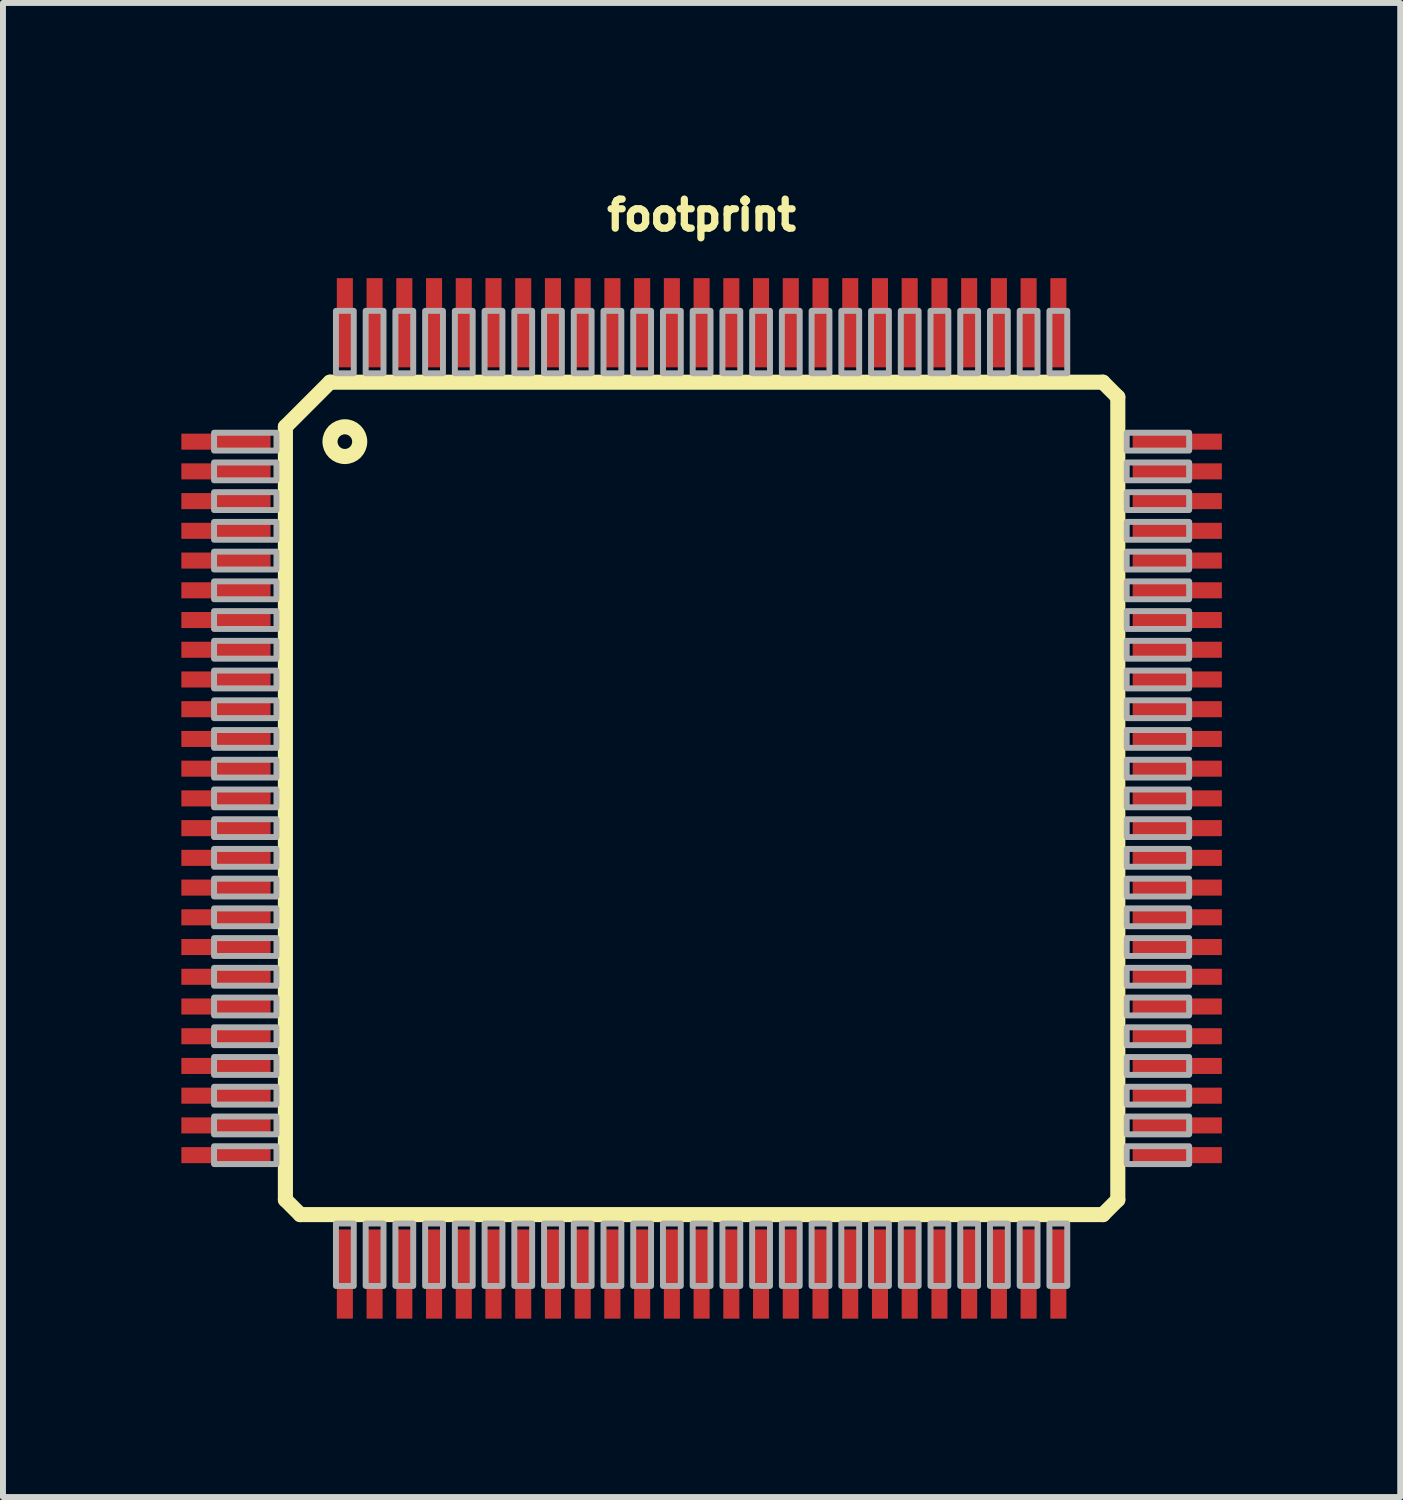
<source format=kicad_pcb>
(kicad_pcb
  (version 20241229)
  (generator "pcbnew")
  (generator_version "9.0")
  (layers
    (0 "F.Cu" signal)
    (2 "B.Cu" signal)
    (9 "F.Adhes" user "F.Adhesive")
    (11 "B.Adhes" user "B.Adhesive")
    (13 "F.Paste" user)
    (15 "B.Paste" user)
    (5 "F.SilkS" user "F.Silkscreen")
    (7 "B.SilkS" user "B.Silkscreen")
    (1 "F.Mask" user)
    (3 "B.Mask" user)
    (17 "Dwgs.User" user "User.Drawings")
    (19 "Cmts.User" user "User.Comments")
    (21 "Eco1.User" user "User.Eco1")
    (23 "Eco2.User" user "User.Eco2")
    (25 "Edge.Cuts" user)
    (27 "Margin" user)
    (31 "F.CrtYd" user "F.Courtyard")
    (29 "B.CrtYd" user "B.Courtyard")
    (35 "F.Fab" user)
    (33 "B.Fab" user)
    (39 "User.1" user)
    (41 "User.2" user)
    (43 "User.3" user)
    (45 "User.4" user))
  (footprint "footprint"
    (layer "F.Cu")
    (at 8.75 10.378)
    (property "Reference" "footprint" (at 0 -9.525 0) (layer "F.SilkS") (effects (font (size 0.488 0.488) (thickness 0.122)) (justify bottom)))
    (fp_line (start -7 -6.25) (end -6.25 -7) (stroke (width 0.254) (type solid)) (layer "F.SilkS"))
    (fp_line (start -7 6.75) (end -7 -6.25) (stroke (width 0.254) (type solid)) (layer "F.SilkS"))
    (fp_line (start -6.75 7) (end -7 6.75) (stroke (width 0.254) (type solid)) (layer "F.SilkS"))
    (fp_line (start -6.25 -7) (end 6.75 -7) (stroke (width 0.254) (type solid)) (layer "F.SilkS"))
    (fp_line (start 6.75 -7) (end 7 -6.75) (stroke (width 0.254) (type solid)) (layer "F.SilkS"))
    (fp_line (start 6.75 7) (end -6.75 7) (stroke (width 0.254) (type solid)) (layer "F.SilkS"))
    (fp_line (start 7 -6.75) (end 7 6.75) (stroke (width 0.254) (type solid)) (layer "F.SilkS"))
    (fp_line (start 7 6.75) (end 6.75 7) (stroke (width 0.254) (type solid)) (layer "F.SilkS"))
    (fp_circle (center -6 -6) (end -5.75 -6) (stroke (width 0.254) (type solid)) (fill no) (layer "F.SilkS"))
    (fp_poly (pts (xy -8.2 -5.85) (xy -7.15 -5.85) (xy -7.15 -6.15) (xy -8.2 -6.15)) (stroke (width 0.1) (type solid)) (fill no) (layer "F.Fab"))
    (fp_poly (pts (xy -8.2 -5.35) (xy -7.15 -5.35) (xy -7.15 -5.65) (xy -8.2 -5.65)) (stroke (width 0.1) (type solid)) (fill no) (layer "F.Fab"))
    (fp_poly (pts (xy -8.2 -4.85) (xy -7.15 -4.85) (xy -7.15 -5.15) (xy -8.2 -5.15)) (stroke (width 0.1) (type solid)) (fill no) (layer "F.Fab"))
    (fp_poly (pts (xy -8.2 -4.35) (xy -7.15 -4.35) (xy -7.15 -4.65) (xy -8.2 -4.65)) (stroke (width 0.1) (type solid)) (fill no) (layer "F.Fab"))
    (fp_poly (pts (xy -8.2 -3.85) (xy -7.15 -3.85) (xy -7.15 -4.15) (xy -8.2 -4.15)) (stroke (width 0.1) (type solid)) (fill no) (layer "F.Fab"))
    (fp_poly (pts (xy -8.2 -3.35) (xy -7.15 -3.35) (xy -7.15 -3.65) (xy -8.2 -3.65)) (stroke (width 0.1) (type solid)) (fill no) (layer "F.Fab"))
    (fp_poly (pts (xy -8.2 -2.85) (xy -7.15 -2.85) (xy -7.15 -3.15) (xy -8.2 -3.15)) (stroke (width 0.1) (type solid)) (fill no) (layer "F.Fab"))
    (fp_poly (pts (xy -8.2 -2.35) (xy -7.15 -2.35) (xy -7.15 -2.65) (xy -8.2 -2.65)) (stroke (width 0.1) (type solid)) (fill no) (layer "F.Fab"))
    (fp_poly (pts (xy -8.2 -1.85) (xy -7.15 -1.85) (xy -7.15 -2.15) (xy -8.2 -2.15)) (stroke (width 0.1) (type solid)) (fill no) (layer "F.Fab"))
    (fp_poly (pts (xy -8.2 -1.35) (xy -7.15 -1.35) (xy -7.15 -1.65) (xy -8.2 -1.65)) (stroke (width 0.1) (type solid)) (fill no) (layer "F.Fab"))
    (fp_poly (pts (xy -8.2 -0.85) (xy -7.15 -0.85) (xy -7.15 -1.15) (xy -8.2 -1.15)) (stroke (width 0.1) (type solid)) (fill no) (layer "F.Fab"))
    (fp_poly (pts (xy -8.2 -0.35) (xy -7.15 -0.35) (xy -7.15 -0.65) (xy -8.2 -0.65)) (stroke (width 0.1) (type solid)) (fill no) (layer "F.Fab"))
    (fp_poly (pts (xy -8.2 0.15) (xy -7.15 0.15) (xy -7.15 -0.15) (xy -8.2 -0.15)) (stroke (width 0.1) (type solid)) (fill no) (layer "F.Fab"))
    (fp_poly (pts (xy -8.2 0.65) (xy -7.15 0.65) (xy -7.15 0.35) (xy -8.2 0.35)) (stroke (width 0.1) (type solid)) (fill no) (layer "F.Fab"))
    (fp_poly (pts (xy -8.2 1.15) (xy -7.15 1.15) (xy -7.15 0.85) (xy -8.2 0.85)) (stroke (width 0.1) (type solid)) (fill no) (layer "F.Fab"))
    (fp_poly (pts (xy -8.2 1.65) (xy -7.15 1.65) (xy -7.15 1.35) (xy -8.2 1.35)) (stroke (width 0.1) (type solid)) (fill no) (layer "F.Fab"))
    (fp_poly (pts (xy -8.2 2.15) (xy -7.15 2.15) (xy -7.15 1.85) (xy -8.2 1.85)) (stroke (width 0.1) (type solid)) (fill no) (layer "F.Fab"))
    (fp_poly (pts (xy -8.2 2.65) (xy -7.15 2.65) (xy -7.15 2.35) (xy -8.2 2.35)) (stroke (width 0.1) (type solid)) (fill no) (layer "F.Fab"))
    (fp_poly (pts (xy -8.2 3.15) (xy -7.15 3.15) (xy -7.15 2.85) (xy -8.2 2.85)) (stroke (width 0.1) (type solid)) (fill no) (layer "F.Fab"))
    (fp_poly (pts (xy -8.2 3.65) (xy -7.15 3.65) (xy -7.15 3.35) (xy -8.2 3.35)) (stroke (width 0.1) (type solid)) (fill no) (layer "F.Fab"))
    (fp_poly (pts (xy -8.2 4.15) (xy -7.15 4.15) (xy -7.15 3.85) (xy -8.2 3.85)) (stroke (width 0.1) (type solid)) (fill no) (layer "F.Fab"))
    (fp_poly (pts (xy -8.2 4.65) (xy -7.15 4.65) (xy -7.15 4.35) (xy -8.2 4.35)) (stroke (width 0.1) (type solid)) (fill no) (layer "F.Fab"))
    (fp_poly (pts (xy -8.2 5.15) (xy -7.15 5.15) (xy -7.15 4.85) (xy -8.2 4.85)) (stroke (width 0.1) (type solid)) (fill no) (layer "F.Fab"))
    (fp_poly (pts (xy -8.2 5.65) (xy -7.15 5.65) (xy -7.15 5.35) (xy -8.2 5.35)) (stroke (width 0.1) (type solid)) (fill no) (layer "F.Fab"))
    (fp_poly (pts (xy -8.2 6.15) (xy -7.15 6.15) (xy -7.15 5.85) (xy -8.2 5.85)) (stroke (width 0.1) (type solid)) (fill no) (layer "F.Fab"))
    (fp_poly (pts (xy -6.15 -7.15) (xy -5.85 -7.15) (xy -5.85 -8.2) (xy -6.15 -8.2)) (stroke (width 0.1) (type solid)) (fill no) (layer "F.Fab"))
    (fp_poly (pts (xy -6.15 8.2) (xy -5.85 8.2) (xy -5.85 7.15) (xy -6.15 7.15)) (stroke (width 0.1) (type solid)) (fill no) (layer "F.Fab"))
    (fp_poly (pts (xy -5.65 -7.15) (xy -5.35 -7.15) (xy -5.35 -8.2) (xy -5.65 -8.2)) (stroke (width 0.1) (type solid)) (fill no) (layer "F.Fab"))
    (fp_poly (pts (xy -5.65 8.2) (xy -5.35 8.2) (xy -5.35 7.15) (xy -5.65 7.15)) (stroke (width 0.1) (type solid)) (fill no) (layer "F.Fab"))
    (fp_poly (pts (xy -5.15 -7.15) (xy -4.85 -7.15) (xy -4.85 -8.2) (xy -5.15 -8.2)) (stroke (width 0.1) (type solid)) (fill no) (layer "F.Fab"))
    (fp_poly (pts (xy -5.15 8.2) (xy -4.85 8.2) (xy -4.85 7.15) (xy -5.15 7.15)) (stroke (width 0.1) (type solid)) (fill no) (layer "F.Fab"))
    (fp_poly (pts (xy -4.65 -7.15) (xy -4.35 -7.15) (xy -4.35 -8.2) (xy -4.65 -8.2)) (stroke (width 0.1) (type solid)) (fill no) (layer "F.Fab"))
    (fp_poly (pts (xy -4.65 8.2) (xy -4.35 8.2) (xy -4.35 7.15) (xy -4.65 7.15)) (stroke (width 0.1) (type solid)) (fill no) (layer "F.Fab"))
    (fp_poly (pts (xy -4.15 -7.15) (xy -3.85 -7.15) (xy -3.85 -8.2) (xy -4.15 -8.2)) (stroke (width 0.1) (type solid)) (fill no) (layer "F.Fab"))
    (fp_poly (pts (xy -4.15 8.2) (xy -3.85 8.2) (xy -3.85 7.15) (xy -4.15 7.15)) (stroke (width 0.1) (type solid)) (fill no) (layer "F.Fab"))
    (fp_poly (pts (xy -3.65 -7.15) (xy -3.35 -7.15) (xy -3.35 -8.2) (xy -3.65 -8.2)) (stroke (width 0.1) (type solid)) (fill no) (layer "F.Fab"))
    (fp_poly (pts (xy -3.65 8.2) (xy -3.35 8.2) (xy -3.35 7.15) (xy -3.65 7.15)) (stroke (width 0.1) (type solid)) (fill no) (layer "F.Fab"))
    (fp_poly (pts (xy -3.15 -7.15) (xy -2.85 -7.15) (xy -2.85 -8.2) (xy -3.15 -8.2)) (stroke (width 0.1) (type solid)) (fill no) (layer "F.Fab"))
    (fp_poly (pts (xy -3.15 8.2) (xy -2.85 8.2) (xy -2.85 7.15) (xy -3.15 7.15)) (stroke (width 0.1) (type solid)) (fill no) (layer "F.Fab"))
    (fp_poly (pts (xy -2.65 -7.15) (xy -2.35 -7.15) (xy -2.35 -8.2) (xy -2.65 -8.2)) (stroke (width 0.1) (type solid)) (fill no) (layer "F.Fab"))
    (fp_poly (pts (xy -2.65 8.2) (xy -2.35 8.2) (xy -2.35 7.15) (xy -2.65 7.15)) (stroke (width 0.1) (type solid)) (fill no) (layer "F.Fab"))
    (fp_poly (pts (xy -2.15 -7.15) (xy -1.85 -7.15) (xy -1.85 -8.2) (xy -2.15 -8.2)) (stroke (width 0.1) (type solid)) (fill no) (layer "F.Fab"))
    (fp_poly (pts (xy -2.15 8.2) (xy -1.85 8.2) (xy -1.85 7.15) (xy -2.15 7.15)) (stroke (width 0.1) (type solid)) (fill no) (layer "F.Fab"))
    (fp_poly (pts (xy -1.65 -7.15) (xy -1.35 -7.15) (xy -1.35 -8.2) (xy -1.65 -8.2)) (stroke (width 0.1) (type solid)) (fill no) (layer "F.Fab"))
    (fp_poly (pts (xy -1.65 8.2) (xy -1.35 8.2) (xy -1.35 7.15) (xy -1.65 7.15)) (stroke (width 0.1) (type solid)) (fill no) (layer "F.Fab"))
    (fp_poly (pts (xy -1.15 -7.15) (xy -0.85 -7.15) (xy -0.85 -8.2) (xy -1.15 -8.2)) (stroke (width 0.1) (type solid)) (fill no) (layer "F.Fab"))
    (fp_poly (pts (xy -1.15 8.2) (xy -0.85 8.2) (xy -0.85 7.15) (xy -1.15 7.15)) (stroke (width 0.1) (type solid)) (fill no) (layer "F.Fab"))
    (fp_poly (pts (xy -0.65 -7.15) (xy -0.35 -7.15) (xy -0.35 -8.2) (xy -0.65 -8.2)) (stroke (width 0.1) (type solid)) (fill no) (layer "F.Fab"))
    (fp_poly (pts (xy -0.65 8.2) (xy -0.35 8.2) (xy -0.35 7.15) (xy -0.65 7.15)) (stroke (width 0.1) (type solid)) (fill no) (layer "F.Fab"))
    (fp_poly (pts (xy -0.15 -7.15) (xy 0.15 -7.15) (xy 0.15 -8.2) (xy -0.15 -8.2)) (stroke (width 0.1) (type solid)) (fill no) (layer "F.Fab"))
    (fp_poly (pts (xy -0.15 8.2) (xy 0.15 8.2) (xy 0.15 7.15) (xy -0.15 7.15)) (stroke (width 0.1) (type solid)) (fill no) (layer "F.Fab"))
    (fp_poly (pts (xy 0.35 -7.15) (xy 0.65 -7.15) (xy 0.65 -8.2) (xy 0.35 -8.2)) (stroke (width 0.1) (type solid)) (fill no) (layer "F.Fab"))
    (fp_poly (pts (xy 0.35 8.2) (xy 0.65 8.2) (xy 0.65 7.15) (xy 0.35 7.15)) (stroke (width 0.1) (type solid)) (fill no) (layer "F.Fab"))
    (fp_poly (pts (xy 0.85 -7.15) (xy 1.15 -7.15) (xy 1.15 -8.2) (xy 0.85 -8.2)) (stroke (width 0.1) (type solid)) (fill no) (layer "F.Fab"))
    (fp_poly (pts (xy 0.85 8.2) (xy 1.15 8.2) (xy 1.15 7.15) (xy 0.85 7.15)) (stroke (width 0.1) (type solid)) (fill no) (layer "F.Fab"))
    (fp_poly (pts (xy 1.35 -7.15) (xy 1.65 -7.15) (xy 1.65 -8.2) (xy 1.35 -8.2)) (stroke (width 0.1) (type solid)) (fill no) (layer "F.Fab"))
    (fp_poly (pts (xy 1.35 8.2) (xy 1.65 8.2) (xy 1.65 7.15) (xy 1.35 7.15)) (stroke (width 0.1) (type solid)) (fill no) (layer "F.Fab"))
    (fp_poly (pts (xy 1.85 -7.15) (xy 2.15 -7.15) (xy 2.15 -8.2) (xy 1.85 -8.2)) (stroke (width 0.1) (type solid)) (fill no) (layer "F.Fab"))
    (fp_poly (pts (xy 1.85 8.2) (xy 2.15 8.2) (xy 2.15 7.15) (xy 1.85 7.15)) (stroke (width 0.1) (type solid)) (fill no) (layer "F.Fab"))
    (fp_poly (pts (xy 2.35 -7.15) (xy 2.65 -7.15) (xy 2.65 -8.2) (xy 2.35 -8.2)) (stroke (width 0.1) (type solid)) (fill no) (layer "F.Fab"))
    (fp_poly (pts (xy 2.35 8.2) (xy 2.65 8.2) (xy 2.65 7.15) (xy 2.35 7.15)) (stroke (width 0.1) (type solid)) (fill no) (layer "F.Fab"))
    (fp_poly (pts (xy 2.85 -7.15) (xy 3.15 -7.15) (xy 3.15 -8.2) (xy 2.85 -8.2)) (stroke (width 0.1) (type solid)) (fill no) (layer "F.Fab"))
    (fp_poly (pts (xy 2.85 8.2) (xy 3.15 8.2) (xy 3.15 7.15) (xy 2.85 7.15)) (stroke (width 0.1) (type solid)) (fill no) (layer "F.Fab"))
    (fp_poly (pts (xy 3.35 -7.15) (xy 3.65 -7.15) (xy 3.65 -8.2) (xy 3.35 -8.2)) (stroke (width 0.1) (type solid)) (fill no) (layer "F.Fab"))
    (fp_poly (pts (xy 3.35 8.2) (xy 3.65 8.2) (xy 3.65 7.15) (xy 3.35 7.15)) (stroke (width 0.1) (type solid)) (fill no) (layer "F.Fab"))
    (fp_poly (pts (xy 3.85 -7.15) (xy 4.15 -7.15) (xy 4.15 -8.2) (xy 3.85 -8.2)) (stroke (width 0.1) (type solid)) (fill no) (layer "F.Fab"))
    (fp_poly (pts (xy 3.85 8.2) (xy 4.15 8.2) (xy 4.15 7.15) (xy 3.85 7.15)) (stroke (width 0.1) (type solid)) (fill no) (layer "F.Fab"))
    (fp_poly (pts (xy 4.35 -7.15) (xy 4.65 -7.15) (xy 4.65 -8.2) (xy 4.35 -8.2)) (stroke (width 0.1) (type solid)) (fill no) (layer "F.Fab"))
    (fp_poly (pts (xy 4.35 8.2) (xy 4.65 8.2) (xy 4.65 7.15) (xy 4.35 7.15)) (stroke (width 0.1) (type solid)) (fill no) (layer "F.Fab"))
    (fp_poly (pts (xy 4.85 -7.15) (xy 5.15 -7.15) (xy 5.15 -8.2) (xy 4.85 -8.2)) (stroke (width 0.1) (type solid)) (fill no) (layer "F.Fab"))
    (fp_poly (pts (xy 4.85 8.2) (xy 5.15 8.2) (xy 5.15 7.15) (xy 4.85 7.15)) (stroke (width 0.1) (type solid)) (fill no) (layer "F.Fab"))
    (fp_poly (pts (xy 5.35 -7.15) (xy 5.65 -7.15) (xy 5.65 -8.2) (xy 5.35 -8.2)) (stroke (width 0.1) (type solid)) (fill no) (layer "F.Fab"))
    (fp_poly (pts (xy 5.35 8.2) (xy 5.65 8.2) (xy 5.65 7.15) (xy 5.35 7.15)) (stroke (width 0.1) (type solid)) (fill no) (layer "F.Fab"))
    (fp_poly (pts (xy 5.85 -7.15) (xy 6.15 -7.15) (xy 6.15 -8.2) (xy 5.85 -8.2)) (stroke (width 0.1) (type solid)) (fill no) (layer "F.Fab"))
    (fp_poly (pts (xy 5.85 8.2) (xy 6.15 8.2) (xy 6.15 7.15) (xy 5.85 7.15)) (stroke (width 0.1) (type solid)) (fill no) (layer "F.Fab"))
    (fp_poly (pts (xy 7.15 -5.85) (xy 8.2 -5.85) (xy 8.2 -6.15) (xy 7.15 -6.15)) (stroke (width 0.1) (type solid)) (fill no) (layer "F.Fab"))
    (fp_poly (pts (xy 7.15 -5.35) (xy 8.2 -5.35) (xy 8.2 -5.65) (xy 7.15 -5.65)) (stroke (width 0.1) (type solid)) (fill no) (layer "F.Fab"))
    (fp_poly (pts (xy 7.15 -4.85) (xy 8.2 -4.85) (xy 8.2 -5.15) (xy 7.15 -5.15)) (stroke (width 0.1) (type solid)) (fill no) (layer "F.Fab"))
    (fp_poly (pts (xy 7.15 -4.35) (xy 8.2 -4.35) (xy 8.2 -4.65) (xy 7.15 -4.65)) (stroke (width 0.1) (type solid)) (fill no) (layer "F.Fab"))
    (fp_poly (pts (xy 7.15 -3.85) (xy 8.2 -3.85) (xy 8.2 -4.15) (xy 7.15 -4.15)) (stroke (width 0.1) (type solid)) (fill no) (layer "F.Fab"))
    (fp_poly (pts (xy 7.15 -3.35) (xy 8.2 -3.35) (xy 8.2 -3.65) (xy 7.15 -3.65)) (stroke (width 0.1) (type solid)) (fill no) (layer "F.Fab"))
    (fp_poly (pts (xy 7.15 -2.85) (xy 8.2 -2.85) (xy 8.2 -3.15) (xy 7.15 -3.15)) (stroke (width 0.1) (type solid)) (fill no) (layer "F.Fab"))
    (fp_poly (pts (xy 7.15 -2.35) (xy 8.2 -2.35) (xy 8.2 -2.65) (xy 7.15 -2.65)) (stroke (width 0.1) (type solid)) (fill no) (layer "F.Fab"))
    (fp_poly (pts (xy 7.15 -1.85) (xy 8.2 -1.85) (xy 8.2 -2.15) (xy 7.15 -2.15)) (stroke (width 0.1) (type solid)) (fill no) (layer "F.Fab"))
    (fp_poly (pts (xy 7.15 -1.35) (xy 8.2 -1.35) (xy 8.2 -1.65) (xy 7.15 -1.65)) (stroke (width 0.1) (type solid)) (fill no) (layer "F.Fab"))
    (fp_poly (pts (xy 7.15 -0.85) (xy 8.2 -0.85) (xy 8.2 -1.15) (xy 7.15 -1.15)) (stroke (width 0.1) (type solid)) (fill no) (layer "F.Fab"))
    (fp_poly (pts (xy 7.15 -0.35) (xy 8.2 -0.35) (xy 8.2 -0.65) (xy 7.15 -0.65)) (stroke (width 0.1) (type solid)) (fill no) (layer "F.Fab"))
    (fp_poly (pts (xy 7.15 0.15) (xy 8.2 0.15) (xy 8.2 -0.15) (xy 7.15 -0.15)) (stroke (width 0.1) (type solid)) (fill no) (layer "F.Fab"))
    (fp_poly (pts (xy 7.15 0.65) (xy 8.2 0.65) (xy 8.2 0.35) (xy 7.15 0.35)) (stroke (width 0.1) (type solid)) (fill no) (layer "F.Fab"))
    (fp_poly (pts (xy 7.15 1.15) (xy 8.2 1.15) (xy 8.2 0.85) (xy 7.15 0.85)) (stroke (width 0.1) (type solid)) (fill no) (layer "F.Fab"))
    (fp_poly (pts (xy 7.15 1.65) (xy 8.2 1.65) (xy 8.2 1.35) (xy 7.15 1.35)) (stroke (width 0.1) (type solid)) (fill no) (layer "F.Fab"))
    (fp_poly (pts (xy 7.15 2.15) (xy 8.2 2.15) (xy 8.2 1.85) (xy 7.15 1.85)) (stroke (width 0.1) (type solid)) (fill no) (layer "F.Fab"))
    (fp_poly (pts (xy 7.15 2.65) (xy 8.2 2.65) (xy 8.2 2.35) (xy 7.15 2.35)) (stroke (width 0.1) (type solid)) (fill no) (layer "F.Fab"))
    (fp_poly (pts (xy 7.15 3.15) (xy 8.2 3.15) (xy 8.2 2.85) (xy 7.15 2.85)) (stroke (width 0.1) (type solid)) (fill no) (layer "F.Fab"))
    (fp_poly (pts (xy 7.15 3.65) (xy 8.2 3.65) (xy 8.2 3.35) (xy 7.15 3.35)) (stroke (width 0.1) (type solid)) (fill no) (layer "F.Fab"))
    (fp_poly (pts (xy 7.15 4.15) (xy 8.2 4.15) (xy 8.2 3.85) (xy 7.15 3.85)) (stroke (width 0.1) (type solid)) (fill no) (layer "F.Fab"))
    (fp_poly (pts (xy 7.15 4.65) (xy 8.2 4.65) (xy 8.2 4.35) (xy 7.15 4.35)) (stroke (width 0.1) (type solid)) (fill no) (layer "F.Fab"))
    (fp_poly (pts (xy 7.15 5.15) (xy 8.2 5.15) (xy 8.2 4.85) (xy 7.15 4.85)) (stroke (width 0.1) (type solid)) (fill no) (layer "F.Fab"))
    (fp_poly (pts (xy 7.15 5.65) (xy 8.2 5.65) (xy 8.2 5.35) (xy 7.15 5.35)) (stroke (width 0.1) (type solid)) (fill no) (layer "F.Fab"))
    (fp_poly (pts (xy 7.15 6.15) (xy 8.2 6.15) (xy 8.2 5.85) (xy 7.15 5.85)) (stroke (width 0.1) (type solid)) (fill no) (layer "F.Fab"))
    (pad "1" smd rect (at -8 -6) (size 1.5 0.27) (layers "F.Cu" "F.Mask" "F.Paste"))
    (pad "2" smd rect (at -8 -5.5) (size 1.5 0.27) (layers "F.Cu" "F.Mask" "F.Paste"))
    (pad "3" smd rect (at -8 -5) (size 1.5 0.27) (layers "F.Cu" "F.Mask" "F.Paste"))
    (pad "4" smd rect (at -8 -4.5) (size 1.5 0.27) (layers "F.Cu" "F.Mask" "F.Paste"))
    (pad "5" smd rect (at -8 -4) (size 1.5 0.27) (layers "F.Cu" "F.Mask" "F.Paste"))
    (pad "6" smd rect (at -8 -3.5) (size 1.5 0.27) (layers "F.Cu" "F.Mask" "F.Paste"))
    (pad "7" smd rect (at -8 -3) (size 1.5 0.27) (layers "F.Cu" "F.Mask" "F.Paste"))
    (pad "8" smd rect (at -8 -2.5) (size 1.5 0.27) (layers "F.Cu" "F.Mask" "F.Paste"))
    (pad "9" smd rect (at -8 -2) (size 1.5 0.27) (layers "F.Cu" "F.Mask" "F.Paste"))
    (pad "10" smd rect (at -8 -1.5) (size 1.5 0.27) (layers "F.Cu" "F.Mask" "F.Paste"))
    (pad "11" smd rect (at -8 -1) (size 1.5 0.27) (layers "F.Cu" "F.Mask" "F.Paste"))
    (pad "12" smd rect (at -8 -0.5) (size 1.5 0.27) (layers "F.Cu" "F.Mask" "F.Paste"))
    (pad "13" smd rect (at -8 0) (size 1.5 0.27) (layers "F.Cu" "F.Mask" "F.Paste"))
    (pad "14" smd rect (at -8 0.5) (size 1.5 0.27) (layers "F.Cu" "F.Mask" "F.Paste"))
    (pad "15" smd rect (at -8 1) (size 1.5 0.27) (layers "F.Cu" "F.Mask" "F.Paste"))
    (pad "16" smd rect (at -8 1.5) (size 1.5 0.27) (layers "F.Cu" "F.Mask" "F.Paste"))
    (pad "17" smd rect (at -8 2) (size 1.5 0.27) (layers "F.Cu" "F.Mask" "F.Paste"))
    (pad "18" smd rect (at -8 2.5) (size 1.5 0.27) (layers "F.Cu" "F.Mask" "F.Paste"))
    (pad "19" smd rect (at -8 3) (size 1.5 0.27) (layers "F.Cu" "F.Mask" "F.Paste"))
    (pad "20" smd rect (at -8 3.5) (size 1.5 0.27) (layers "F.Cu" "F.Mask" "F.Paste"))
    (pad "21" smd rect (at -8 4) (size 1.5 0.27) (layers "F.Cu" "F.Mask" "F.Paste"))
    (pad "22" smd rect (at -8 4.5) (size 1.5 0.27) (layers "F.Cu" "F.Mask" "F.Paste"))
    (pad "23" smd rect (at -8 5) (size 1.5 0.27) (layers "F.Cu" "F.Mask" "F.Paste"))
    (pad "24" smd rect (at -8 5.5) (size 1.5 0.27) (layers "F.Cu" "F.Mask" "F.Paste"))
    (pad "25" smd rect (at -8 6) (size 1.5 0.27) (layers "F.Cu" "F.Mask" "F.Paste"))
    (pad "26" smd rect (at -6 8) (size 0.27 1.5) (layers "F.Cu" "F.Mask" "F.Paste"))
    (pad "27" smd rect (at -5.5 8) (size 0.27 1.5) (layers "F.Cu" "F.Mask" "F.Paste"))
    (pad "28" smd rect (at -5 8) (size 0.27 1.5) (layers "F.Cu" "F.Mask" "F.Paste"))
    (pad "29" smd rect (at -4.5 8) (size 0.27 1.5) (layers "F.Cu" "F.Mask" "F.Paste"))
    (pad "30" smd rect (at -4 8) (size 0.27 1.5) (layers "F.Cu" "F.Mask" "F.Paste"))
    (pad "31" smd rect (at -3.5 8) (size 0.27 1.5) (layers "F.Cu" "F.Mask" "F.Paste"))
    (pad "32" smd rect (at -3 8) (size 0.27 1.5) (layers "F.Cu" "F.Mask" "F.Paste"))
    (pad "33" smd rect (at -2.5 8) (size 0.27 1.5) (layers "F.Cu" "F.Mask" "F.Paste"))
    (pad "34" smd rect (at -2 8) (size 0.27 1.5) (layers "F.Cu" "F.Mask" "F.Paste"))
    (pad "35" smd rect (at -1.5 8) (size 0.27 1.5) (layers "F.Cu" "F.Mask" "F.Paste"))
    (pad "36" smd rect (at -1 8) (size 0.27 1.5) (layers "F.Cu" "F.Mask" "F.Paste"))
    (pad "37" smd rect (at -0.5 8) (size 0.27 1.5) (layers "F.Cu" "F.Mask" "F.Paste"))
    (pad "38" smd rect (at 0 8) (size 0.27 1.5) (layers "F.Cu" "F.Mask" "F.Paste"))
    (pad "39" smd rect (at 0.5 8) (size 0.27 1.5) (layers "F.Cu" "F.Mask" "F.Paste"))
    (pad "40" smd rect (at 1 8) (size 0.27 1.5) (layers "F.Cu" "F.Mask" "F.Paste"))
    (pad "41" smd rect (at 1.5 8) (size 0.27 1.5) (layers "F.Cu" "F.Mask" "F.Paste"))
    (pad "42" smd rect (at 2 8) (size 0.27 1.5) (layers "F.Cu" "F.Mask" "F.Paste"))
    (pad "43" smd rect (at 2.5 8) (size 0.27 1.5) (layers "F.Cu" "F.Mask" "F.Paste"))
    (pad "44" smd rect (at 3 8) (size 0.27 1.5) (layers "F.Cu" "F.Mask" "F.Paste"))
    (pad "45" smd rect (at 3.5 8) (size 0.27 1.5) (layers "F.Cu" "F.Mask" "F.Paste"))
    (pad "46" smd rect (at 4 8) (size 0.27 1.5) (layers "F.Cu" "F.Mask" "F.Paste"))
    (pad "47" smd rect (at 4.5 8) (size 0.27 1.5) (layers "F.Cu" "F.Mask" "F.Paste"))
    (pad "48" smd rect (at 5 8) (size 0.27 1.5) (layers "F.Cu" "F.Mask" "F.Paste"))
    (pad "49" smd rect (at 5.5 8) (size 0.27 1.5) (layers "F.Cu" "F.Mask" "F.Paste"))
    (pad "50" smd rect (at 6 8) (size 0.27 1.5) (layers "F.Cu" "F.Mask" "F.Paste"))
    (pad "51" smd rect (at 8 6) (size 1.5 0.27) (layers "F.Cu" "F.Mask" "F.Paste"))
    (pad "52" smd rect (at 8 5.5) (size 1.5 0.27) (layers "F.Cu" "F.Mask" "F.Paste"))
    (pad "53" smd rect (at 8 5) (size 1.5 0.27) (layers "F.Cu" "F.Mask" "F.Paste"))
    (pad "54" smd rect (at 8 4.5) (size 1.5 0.27) (layers "F.Cu" "F.Mask" "F.Paste"))
    (pad "55" smd rect (at 8 4) (size 1.5 0.27) (layers "F.Cu" "F.Mask" "F.Paste"))
    (pad "56" smd rect (at 8 3.5) (size 1.5 0.27) (layers "F.Cu" "F.Mask" "F.Paste"))
    (pad "57" smd rect (at 8 3) (size 1.5 0.27) (layers "F.Cu" "F.Mask" "F.Paste"))
    (pad "58" smd rect (at 8 2.5) (size 1.5 0.27) (layers "F.Cu" "F.Mask" "F.Paste"))
    (pad "59" smd rect (at 8 2) (size 1.5 0.27) (layers "F.Cu" "F.Mask" "F.Paste"))
    (pad "60" smd rect (at 8 1.5) (size 1.5 0.27) (layers "F.Cu" "F.Mask" "F.Paste"))
    (pad "61" smd rect (at 8 1) (size 1.5 0.27) (layers "F.Cu" "F.Mask" "F.Paste"))
    (pad "62" smd rect (at 8 0.5) (size 1.5 0.27) (layers "F.Cu" "F.Mask" "F.Paste"))
    (pad "63" smd rect (at 8 0) (size 1.5 0.27) (layers "F.Cu" "F.Mask" "F.Paste"))
    (pad "64" smd rect (at 8 -0.5) (size 1.5 0.27) (layers "F.Cu" "F.Mask" "F.Paste"))
    (pad "65" smd rect (at 8 -1) (size 1.5 0.27) (layers "F.Cu" "F.Mask" "F.Paste"))
    (pad "66" smd rect (at 8 -1.5) (size 1.5 0.27) (layers "F.Cu" "F.Mask" "F.Paste"))
    (pad "67" smd rect (at 8 -2) (size 1.5 0.27) (layers "F.Cu" "F.Mask" "F.Paste"))
    (pad "68" smd rect (at 8 -2.5) (size 1.5 0.27) (layers "F.Cu" "F.Mask" "F.Paste"))
    (pad "69" smd rect (at 8 -3) (size 1.5 0.27) (layers "F.Cu" "F.Mask" "F.Paste"))
    (pad "70" smd rect (at 8 -3.5) (size 1.5 0.27) (layers "F.Cu" "F.Mask" "F.Paste"))
    (pad "71" smd rect (at 8 -4) (size 1.5 0.27) (layers "F.Cu" "F.Mask" "F.Paste"))
    (pad "72" smd rect (at 8 -4.5) (size 1.5 0.27) (layers "F.Cu" "F.Mask" "F.Paste"))
    (pad "73" smd rect (at 8 -5) (size 1.5 0.27) (layers "F.Cu" "F.Mask" "F.Paste"))
    (pad "74" smd rect (at 8 -5.5) (size 1.5 0.27) (layers "F.Cu" "F.Mask" "F.Paste"))
    (pad "75" smd rect (at 8 -6) (size 1.5 0.27) (layers "F.Cu" "F.Mask" "F.Paste"))
    (pad "76" smd rect (at 6 -8) (size 0.27 1.5) (layers "F.Cu" "F.Mask" "F.Paste"))
    (pad "77" smd rect (at 5.5 -8) (size 0.27 1.5) (layers "F.Cu" "F.Mask" "F.Paste"))
    (pad "78" smd rect (at 5 -8) (size 0.27 1.5) (layers "F.Cu" "F.Mask" "F.Paste"))
    (pad "79" smd rect (at 4.5 -8) (size 0.27 1.5) (layers "F.Cu" "F.Mask" "F.Paste"))
    (pad "80" smd rect (at 4 -8) (size 0.27 1.5) (layers "F.Cu" "F.Mask" "F.Paste"))
    (pad "81" smd rect (at 3.5 -8) (size 0.27 1.5) (layers "F.Cu" "F.Mask" "F.Paste"))
    (pad "82" smd rect (at 3 -8) (size 0.27 1.5) (layers "F.Cu" "F.Mask" "F.Paste"))
    (pad "83" smd rect (at 2.5 -8) (size 0.27 1.5) (layers "F.Cu" "F.Mask" "F.Paste"))
    (pad "84" smd rect (at 2 -8) (size 0.27 1.5) (layers "F.Cu" "F.Mask" "F.Paste"))
    (pad "85" smd rect (at 1.5 -8) (size 0.27 1.5) (layers "F.Cu" "F.Mask" "F.Paste"))
    (pad "86" smd rect (at 1 -8) (size 0.27 1.5) (layers "F.Cu" "F.Mask" "F.Paste"))
    (pad "87" smd rect (at 0.5 -8) (size 0.27 1.5) (layers "F.Cu" "F.Mask" "F.Paste"))
    (pad "88" smd rect (at 0 -8) (size 0.27 1.5) (layers "F.Cu" "F.Mask" "F.Paste"))
    (pad "89" smd rect (at -0.5 -8) (size 0.27 1.5) (layers "F.Cu" "F.Mask" "F.Paste"))
    (pad "90" smd rect (at -1 -8) (size 0.27 1.5) (layers "F.Cu" "F.Mask" "F.Paste"))
    (pad "91" smd rect (at -1.5 -8) (size 0.27 1.5) (layers "F.Cu" "F.Mask" "F.Paste"))
    (pad "92" smd rect (at -2 -8) (size 0.27 1.5) (layers "F.Cu" "F.Mask" "F.Paste"))
    (pad "93" smd rect (at -2.5 -8) (size 0.27 1.5) (layers "F.Cu" "F.Mask" "F.Paste"))
    (pad "94" smd rect (at -3 -8) (size 0.27 1.5) (layers "F.Cu" "F.Mask" "F.Paste"))
    (pad "95" smd rect (at -3.5 -8) (size 0.27 1.5) (layers "F.Cu" "F.Mask" "F.Paste"))
    (pad "96" smd rect (at -4 -8) (size 0.27 1.5) (layers "F.Cu" "F.Mask" "F.Paste"))
    (pad "97" smd rect (at -4.5 -8) (size 0.27 1.5) (layers "F.Cu" "F.Mask" "F.Paste"))
    (pad "98" smd rect (at -5 -8) (size 0.27 1.5) (layers "F.Cu" "F.Mask" "F.Paste"))
    (pad "99" smd rect (at -5.5 -8) (size 0.27 1.5) (layers "F.Cu" "F.Mask" "F.Paste"))
    (pad "100" smd rect (at -6 -8) (size 0.27 1.5) (layers "F.Cu" "F.Mask" "F.Paste")))
  (gr_rect
    (start -3 -3)
    (end 20.5 22.128)
    (stroke (width 0.1) (type default))
    (fill no)
    (layer "Edge.Cuts")))
</source>
